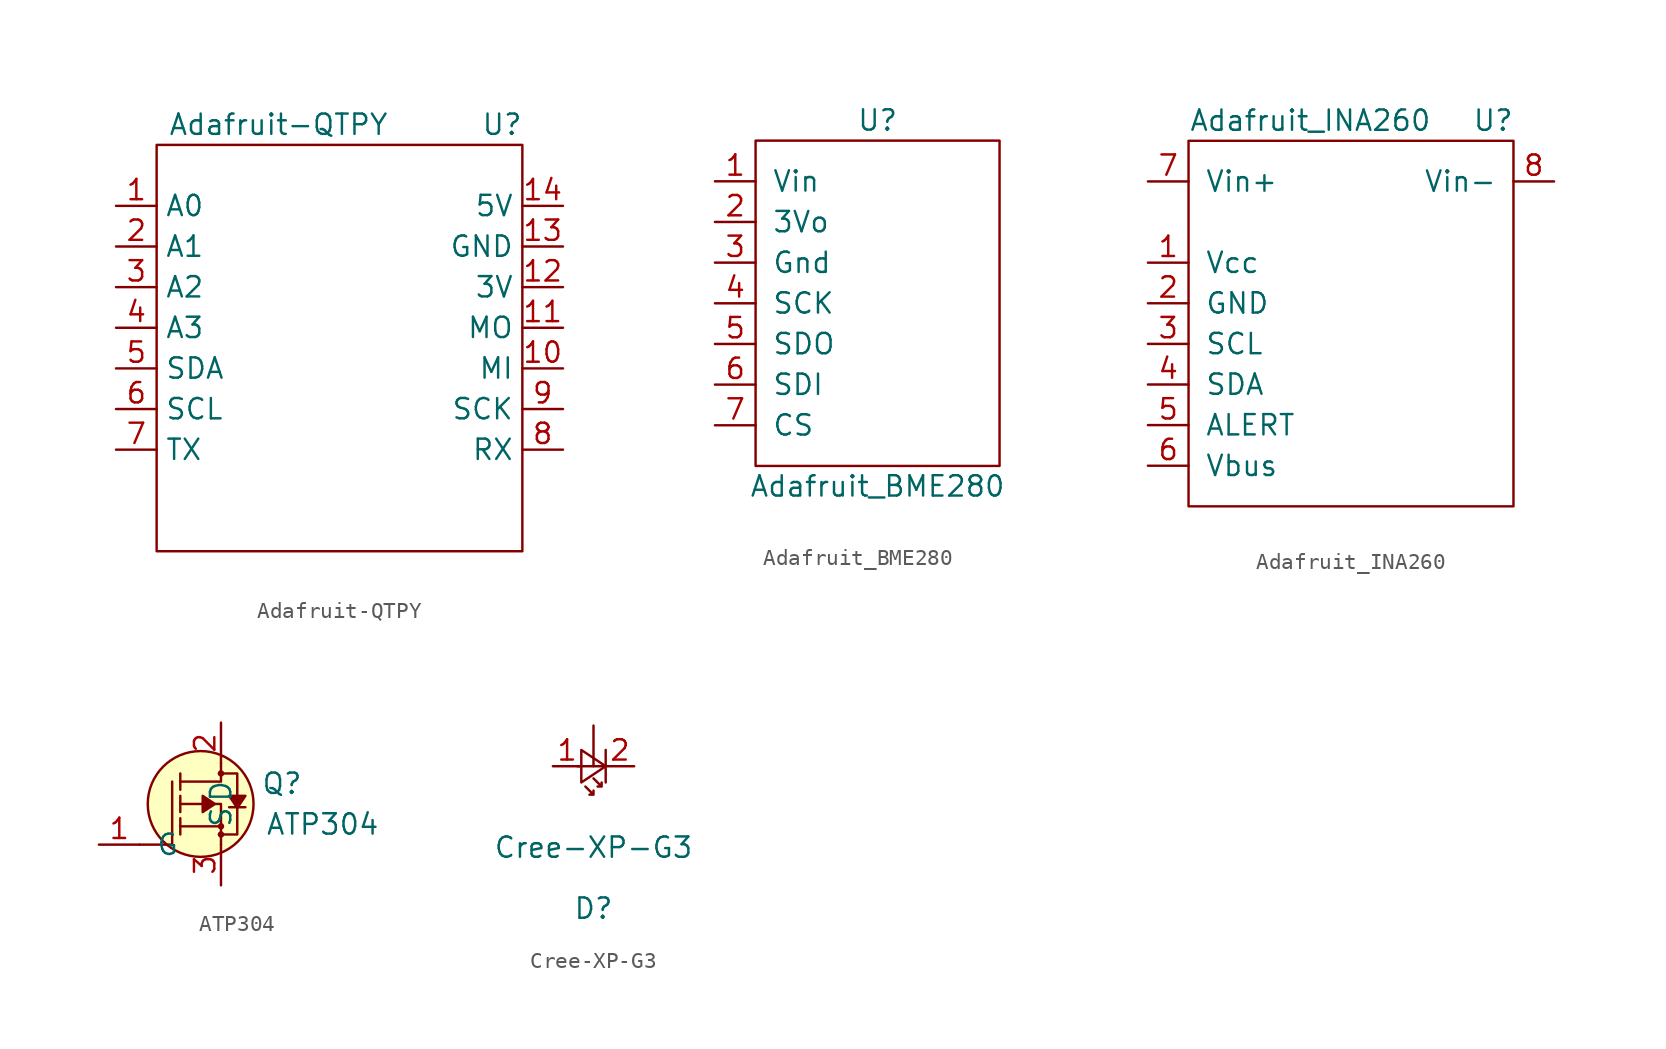
<source format=kicad_sym>
(kicad_symbol_lib
  (version 20211014)
  (generator kicad_symbol_editor)
  (symbol "Adafruit-QTPY"
    (property "Reference" "U"
      (at 10.16 13.97 0)
      (effects (font (size 1.27 1.27))))
    (property "Value" "Adafruit-QTPY"
      (at -3.81 13.97 0)
      (effects (font (size 1.27 1.27))))
    (symbol "Adafruit-QTPY_0_1"
      (rectangle (start -11.43 12.7) (end 11.43 -12.7) (stroke (width 0) (type default) (color 0 0 0 0)) (fill (type none))))
    (symbol "Adafruit-QTPY_1_1"
      (pin bidirectional line (at -13.97 8.89 0) (length 2.54) (name "A0" (effects (font (size 1.27 1.27)))) (number "1" (effects (font (size 1.27 1.27)))))
      (pin bidirectional line (at 13.97 -1.27 180) (length 2.54) (name "MI" (effects (font (size 1.27 1.27)))) (number "10" (effects (font (size 1.27 1.27)))))
      (pin bidirectional line (at 13.97 1.27 180) (length 2.54) (name "MO" (effects (font (size 1.27 1.27)))) (number "11" (effects (font (size 1.27 1.27)))))
      (pin bidirectional line (at 13.97 3.81 180) (length 2.54) (name "3V" (effects (font (size 1.27 1.27)))) (number "12" (effects (font (size 1.27 1.27)))))
      (pin bidirectional line (at 13.97 6.35 180) (length 2.54) (name "GND" (effects (font (size 1.27 1.27)))) (number "13" (effects (font (size 1.27 1.27)))))
      (pin bidirectional line (at 13.97 8.89 180) (length 2.54) (name "5V" (effects (font (size 1.27 1.27)))) (number "14" (effects (font (size 1.27 1.27)))))
      (pin bidirectional line (at -13.97 6.35 0) (length 2.54) (name "A1" (effects (font (size 1.27 1.27)))) (number "2" (effects (font (size 1.27 1.27)))))
      (pin bidirectional line (at -13.97 3.81 0) (length 2.54) (name "A2" (effects (font (size 1.27 1.27)))) (number "3" (effects (font (size 1.27 1.27)))))
      (pin bidirectional line (at -13.97 1.27 0) (length 2.54) (name "A3" (effects (font (size 1.27 1.27)))) (number "4" (effects (font (size 1.27 1.27)))))
      (pin bidirectional line (at -13.97 -1.27 0) (length 2.54) (name "SDA" (effects (font (size 1.27 1.27)))) (number "5" (effects (font (size 1.27 1.27)))))
      (pin bidirectional line (at -13.97 -3.81 0) (length 2.54) (name "SCL" (effects (font (size 1.27 1.27)))) (number "6" (effects (font (size 1.27 1.27)))))
      (pin bidirectional line (at -13.97 -6.35 0) (length 2.54) (name "TX" (effects (font (size 1.27 1.27)))) (number "7" (effects (font (size 1.27 1.27)))))
      (pin bidirectional line (at 13.97 -6.35 180) (length 2.54) (name "RX" (effects (font (size 1.27 1.27)))) (number "8" (effects (font (size 1.27 1.27)))))
      (pin bidirectional line (at 13.97 -3.81 180) (length 2.54) (name "SCK" (effects (font (size 1.27 1.27)))) (number "9" (effects (font (size 1.27 1.27)))))))
  (symbol "Adafruit_BME280"
    (pin_names
      (offset 1.016))
    (property "Reference" "U"
      (at 0 7.62 0)
      (effects (font (size 1.27 1.27))))
    (property "Value" "Adafruit_BME280"
      (at 0 -15.24 0)
      (effects (font (size 1.27 1.27))))
    (symbol "Adafruit_BME280_0_1"
      (rectangle (start -7.62 6.35) (end 7.62 -13.97) (stroke (width 0) (type default) (color 0 0 0 0)) (fill (type none))))
    (symbol "Adafruit_BME280_1_1"
      (pin bidirectional line (at -10.16 3.81 0) (length 2.54) (name "Vin" (effects (font (size 1.27 1.27)))) (number "1" (effects (font (size 1.27 1.27)))))
      (pin bidirectional line (at -10.16 1.27 0) (length 2.54) (name "3Vo" (effects (font (size 1.27 1.27)))) (number "2" (effects (font (size 1.27 1.27)))))
      (pin bidirectional line (at -10.16 -1.27 0) (length 2.54) (name "Gnd" (effects (font (size 1.27 1.27)))) (number "3" (effects (font (size 1.27 1.27)))))
      (pin bidirectional line (at -10.16 -3.81 0) (length 2.54) (name "SCK" (effects (font (size 1.27 1.27)))) (number "4" (effects (font (size 1.27 1.27)))))
      (pin bidirectional line (at -10.16 -6.35 0) (length 2.54) (name "SDO" (effects (font (size 1.27 1.27)))) (number "5" (effects (font (size 1.27 1.27)))))
      (pin bidirectional line (at -10.16 -8.89 0) (length 2.54) (name "SDI" (effects (font (size 1.27 1.27)))) (number "6" (effects (font (size 1.27 1.27)))))
      (pin bidirectional line (at -10.16 -11.43 0) (length 2.54) (name "CS" (effects (font (size 1.27 1.27)))) (number "7" (effects (font (size 1.27 1.27)))))))
  (symbol "Adafruit_INA260"
    (pin_names
      (offset 1.016))
    (property "Reference" "U"
      (at 8.89 11.43 0)
      (effects (font (size 1.27 1.27))))
    (property "Value" "Adafruit_INA260"
      (at -2.54 11.43 0)
      (effects (font (size 1.27 1.27))))
    (symbol "Adafruit_INA260_0_1"
      (rectangle (start -10.16 10.16) (end 10.16 -12.7) (stroke (width 0) (type default) (color 0 0 0 0)) (fill (type none))))
    (symbol "Adafruit_INA260_1_1"
      (pin bidirectional line (at -12.7 2.54 0) (length 2.54) (name "Vcc" (effects (font (size 1.27 1.27)))) (number "1" (effects (font (size 1.27 1.27)))))
      (pin bidirectional line (at -12.7 0 0) (length 2.54) (name "GND" (effects (font (size 1.27 1.27)))) (number "2" (effects (font (size 1.27 1.27)))))
      (pin bidirectional line (at -12.7 -2.54 0) (length 2.54) (name "SCL" (effects (font (size 1.27 1.27)))) (number "3" (effects (font (size 1.27 1.27)))))
      (pin bidirectional line (at -12.7 -5.08 0) (length 2.54) (name "SDA" (effects (font (size 1.27 1.27)))) (number "4" (effects (font (size 1.27 1.27)))))
      (pin bidirectional line (at -12.7 -7.62 0) (length 2.54) (name "ALERT" (effects (font (size 1.27 1.27)))) (number "5" (effects (font (size 1.27 1.27)))))
      (pin bidirectional line (at -12.7 -10.16 0) (length 2.54) (name "Vbus" (effects (font (size 1.27 1.27)))) (number "6" (effects (font (size 1.27 1.27)))))
      (pin bidirectional line (at -12.7 7.62 0) (length 2.54) (name "Vin+" (effects (font (size 1.27 1.27)))) (number "7" (effects (font (size 1.27 1.27)))))
      (pin bidirectional line (at 12.7 7.62 180) (length 2.54) (name "Vin-" (effects (font (size 1.27 1.27)))) (number "8" (effects (font (size 1.27 1.27)))))))
  (symbol "ATP304"
    (pin_names
      (offset 1.016))
    (property "Reference" "Q"
      (at 3.81 1.27 0)
      (effects (font (size 1.27 1.27))))
    (property "Value" "ATP304"
      (at 6.35 -1.27 0)
      (effects (font (size 1.27 1.27))))
    (symbol "ATP304_1_1"
      (circle (center -1.27 0) (radius 3.302) (stroke (width 0) (type default) (color 0 0 0 0)) (fill (type background)))
      (circle (center 0 -1.905) (radius 0.127) (stroke (width 0) (type default) (color 0 0 0 0)) (fill (type none)))
      (circle (center 0 -1.397) (radius 0.127) (stroke (width 0) (type default) (color 0 0 0 0)) (fill (type none)))
      (polyline (pts (xy -2.54 -1.397) (xy -2.54 -1.905)) (stroke (width 0) (type default) (color 0 0 0 0)) (fill (type none)))
      (polyline (pts (xy -2.54 -1.397) (xy -2.54 -0.889)) (stroke (width 0) (type default) (color 0 0 0 0)) (fill (type none)))
      (polyline (pts (xy -2.54 0) (xy -2.54 -0.508)) (stroke (width 0) (type default) (color 0 0 0 0)) (fill (type none)))
      (polyline (pts (xy -2.54 0) (xy -2.54 0.508)) (stroke (width 0) (type default) (color 0 0 0 0)) (fill (type none)))
      (polyline (pts (xy -2.54 1.905) (xy -2.54 0.889)) (stroke (width 0) (type default) (color 0 0 0 0)) (fill (type none)))
      (polyline (pts (xy 0 -1.397) (xy -2.54 -1.397)) (stroke (width 0) (type default) (color 0 0 0 0)) (fill (type none)))
      (polyline (pts (xy 1.524 -0.203) (xy 0.508 -0.203)) (stroke (width 0) (type default) (color 0 0 0 0)) (fill (type none)))
      (polyline (pts (xy -5.08 -2.54) (xy -3.048 -2.54) (xy -3.048 1.397)) (stroke (width 0) (type default) (color 0 0 0 0)) (fill (type none)))
      (polyline (pts (xy 0 -2.54) (xy 0 0) (xy -2.54 0)) (stroke (width 0) (type default) (color 0 0 0 0)) (fill (type none)))
      (polyline (pts (xy 0 2.54) (xy 0 1.397) (xy -2.54 1.397)) (stroke (width 0) (type default) (color 0 0 0 0)) (fill (type none)))
      (polyline (pts (xy -0.381 0) (xy -1.143 0.508) (xy -1.143 -0.508) (xy -0.381 0)) (stroke (width 0) (type default) (color 0 0 0 0)) (fill (type outline)))
      (polyline (pts (xy 1.016 -0.254) (xy 1.524 0.508) (xy 0.508 0.508) (xy 1.016 -0.254)) (stroke (width 0) (type default) (color 0 0 0 0)) (fill (type outline)))
      (polyline (pts (xy -0.127 -1.905) (xy 1.016 -1.905) (xy 1.016 1.397) (xy 1.016 1.905) (xy -0.127 1.905)) (stroke (width 0) (type default) (color 0 0 0 0)) (fill (type none)))
      (circle (center 0 1.905) (radius 0.127) (stroke (width 0) (type default) (color 0 0 0 0)) (fill (type none)))
      (pin bidirectional line (at -7.62 -2.54 0) (length 2.54) (name "G" (effects (font (size 1.27 1.27)))) (number "1" (effects (font (size 1.27 1.27)))))
      (pin bidirectional line (at 0 5.08 270) (length 2.54) (name "D" (effects (font (size 1.27 1.27)))) (number "2" (effects (font (size 1.27 1.27)))))
      (pin bidirectional line (at 0 -5.08 90) (length 2.54) (name "S" (effects (font (size 1.27 1.27)))) (number "3" (effects (font (size 1.27 1.27)))))))
  (symbol "Cree-XP-G3"
    (pin_names
      (offset 1.016))
    (property "Reference" "D"
      (at 0 -8.89 0)
      (effects (font (size 1.27 1.27))))
    (property "Value" "Cree-XP-G3"
      (at 0 -5.08 0)
      (effects (font (size 1.27 1.27))))
    (symbol "Cree-XP-G3_1_1"
      (polyline (pts (xy -1.016 0) (xy 0.762 0)) (stroke (width 0) (type default) (color 0 0 0 0)) (fill (type none)))
      (polyline (pts (xy 0.762 1.016) (xy 0.762 -1.016)) (stroke (width 0) (type default) (color 0 0 0 0)) (fill (type none)))
      (polyline (pts (xy -0.762 1.016) (xy 0.762 0) (xy -0.762 -1.016) (xy -0.762 1.016)) (stroke (width 0) (type default) (color 0 0 0 0)) (fill (type none)))
      (polyline (pts (xy -0.508 -1.27) (xy 0 -1.778) (xy -0.254 -1.778) (xy 0 -1.778) (xy 0 -1.524)) (stroke (width 0) (type default) (color 0 0 0 0)) (fill (type none)))
      (polyline (pts (xy 0 -0.762) (xy 0.508 -1.27) (xy 0.254 -1.27) (xy 0.508 -1.27) (xy 0.508 -1.016)) (stroke (width 0) (type default) (color 0 0 0 0)) (fill (type none)))
      (pin passive line (at -2.54 0 0) (length 1.778) (name "A" (effects (font (size 0 0)))) (number "1" (effects (font (size 1.27 1.27)))))
      (pin passive line (at 2.54 0 180) (length 1.778) (name "K" (effects (font (size 0 0)))) (number "2" (effects (font (size 1.27 1.27)))))
      (pin output line (at 0 2.54 270) (length 2.54) (name "THERM" (effects (font (size 0 0)))) (number "3" (effects (font (size 0 0))))))))
</source>
